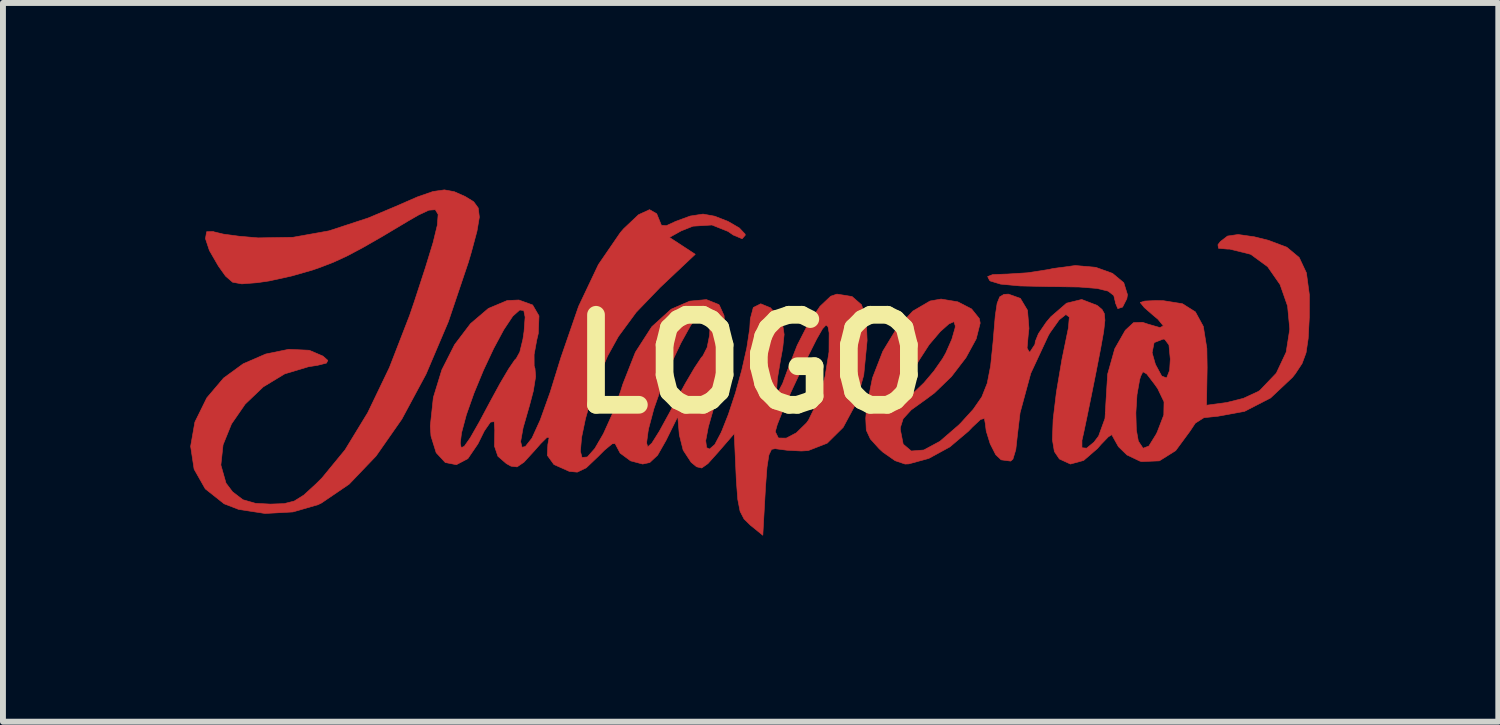
<source format=kicad_pcb>
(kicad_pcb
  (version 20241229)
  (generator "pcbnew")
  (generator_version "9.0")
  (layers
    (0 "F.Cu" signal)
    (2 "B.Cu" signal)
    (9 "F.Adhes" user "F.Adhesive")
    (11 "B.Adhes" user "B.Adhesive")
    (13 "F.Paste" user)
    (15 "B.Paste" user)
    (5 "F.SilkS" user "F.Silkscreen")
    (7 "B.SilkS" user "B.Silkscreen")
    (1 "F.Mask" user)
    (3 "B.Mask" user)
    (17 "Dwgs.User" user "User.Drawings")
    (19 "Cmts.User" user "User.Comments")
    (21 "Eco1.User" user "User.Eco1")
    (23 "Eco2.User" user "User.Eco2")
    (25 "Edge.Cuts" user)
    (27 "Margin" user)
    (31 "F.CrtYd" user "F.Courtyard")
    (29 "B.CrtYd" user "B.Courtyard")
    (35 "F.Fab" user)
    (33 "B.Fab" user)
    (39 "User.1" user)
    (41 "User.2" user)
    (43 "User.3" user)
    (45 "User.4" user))
  (footprint "LOGO"
    (layer "F.Cu")
    (at 9.655 3.115)
    (property "Reference" "LOGO" (at 0 0 0) (layer "F.SilkS") (effects (font (size 1.524 1.524) (thickness 0.3))))
    (attr through_hole)
    (fp_poly (pts (xy 5.851 -1.638) (xy 6.134 -1.536) (xy 6.324 -1.378) (xy 6.387 -1.175) (xy 6.376 -1.107) (xy 6.304 -0.965) (xy 6.223 -0.939) (xy 6.181 -1.041) (xy 6.181 -1.053) (xy 6.155 -1.161) (xy 6.06 -1.235) (xy 5.872 -1.281) (xy 5.567 -1.305) (xy 5.119 -1.312) (xy 5.063 -1.312) (xy 4.569 -1.323) (xy 4.238 -1.354) (xy 4.066 -1.406) (xy 4.051 -1.418) (xy 4.019 -1.482) (xy 4.103 -1.515) (xy 4.33 -1.524) (xy 4.348 -1.524) (xy 4.694 -1.546) (xy 5.049 -1.601) (xy 5.126 -1.618) (xy 5.504 -1.669) (xy 5.851 -1.638)) (stroke (width 0.01) (type solid)) (fill yes) (layer "F.Cu"))
    (fp_poly (pts (xy -5.012 -2.919) (xy -4.827 -2.837) (xy -4.822 -2.834) (xy -4.684 -2.749) (xy -4.607 -2.644) (xy -4.588 -2.489) (xy -4.628 -2.251) (xy -4.723 -1.897) (xy -4.774 -1.724) (xy -5.113 -0.718) (xy -5.491 0.171) (xy -5.901 0.933) (xy -6.337 1.557) (xy -6.793 2.034) (xy -7.262 2.353) (xy -7.322 2.382) (xy -7.745 2.504) (xy -8.216 2.53) (xy -8.664 2.461) (xy -8.91 2.366) (xy -9.229 2.113) (xy -9.418 1.78) (xy -9.477 1.393) (xy -9.405 0.982) (xy -9.203 0.572) (xy -8.919 0.237) (xy -8.587 -0.005) (xy -8.204 -0.171) (xy -7.816 -0.25) (xy -7.468 -0.234) (xy -7.236 -0.135) (xy -7.154 -0.062) (xy -7.176 -0.017) (xy -7.327 0.021) (xy -7.481 0.045) (xy -7.884 0.166) (xy -8.247 0.386) (xy -8.553 0.678) (xy -8.785 1.014) (xy -8.928 1.367) (xy -8.965 1.71) (xy -8.878 2.016) (xy -8.767 2.163) (xy -8.592 2.297) (xy -8.378 2.358) (xy -8.126 2.371) (xy -7.894 2.363) (xy -7.723 2.32) (xy -7.56 2.218) (xy -7.354 2.029) (xy -7.251 1.926) (xy -6.861 1.451) (xy -6.478 0.823) (xy -6.111 0.059) (xy -5.768 -0.826) (xy -5.689 -1.058) (xy -5.502 -1.631) (xy -5.371 -2.058) (xy -5.299 -2.355) (xy -5.286 -2.535) (xy -5.334 -2.614) (xy -5.443 -2.606) (xy -5.616 -2.525) (xy -5.8 -2.419) (xy -6.242 -2.155) (xy -6.576 -1.964) (xy -6.837 -1.826) (xy -7.062 -1.723) (xy -7.285 -1.637) (xy -7.408 -1.594) (xy -7.768 -1.491) (xy -8.145 -1.408) (xy -8.35 -1.378) (xy -8.61 -1.358) (xy -8.766 -1.386) (xy -8.885 -1.489) (xy -9.007 -1.66) (xy -9.159 -1.923) (xy -9.226 -2.125) (xy -9.206 -2.241) (xy -9.094 -2.245) (xy -9.081 -2.239) (xy -8.924 -2.201) (xy -8.657 -2.165) (xy -8.335 -2.137) (xy -8.333 -2.137) (xy -7.744 -2.147) (xy -7.135 -2.256) (xy -6.47 -2.474) (xy -6.007 -2.669) (xy -5.636 -2.831) (xy -5.374 -2.922) (xy -5.18 -2.95) (xy -5.012 -2.919)) (stroke (width 0.01) (type solid)) (fill yes) (layer "F.Cu"))
    (fp_poly (pts (xy 8.536 -2.155) (xy 8.776 -2.095) (xy 9.086 -1.978) (xy 9.295 -1.804) (xy 9.417 -1.544) (xy 9.467 -1.171) (xy 9.466 -0.791) (xy 9.447 -0.433) (xy 9.411 -0.191) (xy 9.344 -0.01) (xy 9.23 0.163) (xy 9.181 0.225) (xy 8.81 0.574) (xy 8.369 0.801) (xy 7.921 0.883) (xy 7.681 0.908) (xy 7.536 1) (xy 7.443 1.14) (xy 7.203 1.466) (xy 6.927 1.639) (xy 6.628 1.651) (xy 6.596 1.643) (xy 6.378 1.539) (xy 6.232 1.397) (xy 6.232 1.396) (xy 6.151 1.251) (xy 6.121 1.196) (xy 6.062 1.233) (xy 5.935 1.365) (xy 5.88 1.429) (xy 5.645 1.632) (xy 5.421 1.693) (xy 5.234 1.607) (xy 5.149 1.481) (xy 5.116 1.281) (xy 5.128 0.939) (xy 5.183 0.479) (xy 5.277 -0.079) (xy 5.387 -0.614) (xy 5.402 -0.796) (xy 5.344 -0.839) (xy 5.231 -0.75) (xy 5.078 -0.535) (xy 5.049 -0.487) (xy 4.749 0.157) (xy 4.568 0.825) (xy 4.525 1.185) (xy 4.496 1.448) (xy 4.447 1.61) (xy 4.409 1.643) (xy 4.258 1.623) (xy 4.247 1.621) (xy 4.156 1.535) (xy 4.062 1.35) (xy 3.995 1.134) (xy 3.979 1.006) (xy 3.964 0.921) (xy 3.899 0.938) (xy 3.76 1.068) (xy 3.695 1.136) (xy 3.379 1.403) (xy 3.022 1.598) (xy 2.685 1.69) (xy 2.621 1.693) (xy 2.452 1.636) (xy 2.246 1.492) (xy 2.183 1.434) (xy 2.033 1.268) (xy 1.964 1.119) (xy 1.955 0.917) (xy 1.972 0.721) (xy 2.014 0.508) (xy 2.625 0.508) (xy 2.67 0.541) (xy 2.785 0.467) (xy 2.941 0.317) (xy 3.108 0.12) (xy 3.256 -0.092) (xy 3.31 -0.187) (xy 3.413 -0.421) (xy 3.468 -0.613) (xy 3.471 -0.647) (xy 3.448 -0.718) (xy 3.363 -0.68) (xy 3.217 -0.55) (xy 3.028 -0.328) (xy 2.846 -0.046) (xy 2.702 0.238) (xy 2.628 0.466) (xy 2.625 0.508) (xy 2.014 0.508) (xy 2.069 0.234) (xy 2.244 -0.217) (xy 2.479 -0.604) (xy 2.752 -0.897) (xy 3.044 -1.068) (xy 3.23 -1.101) (xy 3.514 -1.054) (xy 3.747 -0.934) (xy 3.879 -0.77) (xy 3.893 -0.694) (xy 3.825 -0.426) (xy 3.652 -0.109) (xy 3.406 0.212) (xy 3.119 0.489) (xy 2.985 0.589) (xy 2.725 0.776) (xy 2.588 0.926) (xy 2.541 1.075) (xy 2.54 1.107) (xy 2.589 1.356) (xy 2.726 1.472) (xy 2.938 1.455) (xy 3.211 1.308) (xy 3.531 1.031) (xy 3.563 0.999) (xy 3.776 0.765) (xy 3.92 0.557) (xy 4.012 0.326) (xy 4.07 0.028) (xy 4.112 -0.385) (xy 4.119 -0.471) (xy 4.148 -0.818) (xy 4.18 -1.03) (xy 4.224 -1.139) (xy 4.294 -1.18) (xy 4.37 -1.185) (xy 4.573 -1.113) (xy 4.694 -0.911) (xy 4.719 -0.604) (xy 4.706 -0.49) (xy 4.687 -0.271) (xy 4.724 -0.204) (xy 4.739 -0.21) (xy 4.82 -0.334) (xy 4.826 -0.383) (xy 4.879 -0.514) (xy 5.011 -0.708) (xy 5.089 -0.801) (xy 5.355 -1.031) (xy 5.612 -1.094) (xy 5.87 -0.995) (xy 5.889 -0.981) (xy 5.956 -0.925) (xy 5.995 -0.855) (xy 6.005 -0.741) (xy 5.984 -0.551) (xy 5.931 -0.255) (xy 5.854 0.141) (xy 5.773 0.545) (xy 5.701 0.897) (xy 5.646 1.159) (xy 5.616 1.291) (xy 5.616 1.417) (xy 5.696 1.424) (xy 5.82 1.322) (xy 5.898 1.219) (xy 6.006 0.922) (xy 6.012 0.825) (xy 6.529 0.825) (xy 6.537 1.114) (xy 6.571 1.305) (xy 6.651 1.425) (xy 6.749 1.388) (xy 6.871 1.191) (xy 6.891 1.151) (xy 7.002 0.862) (xy 7.006 0.639) (xy 6.898 0.414) (xy 6.837 0.329) (xy 6.712 0.166) (xy 6.648 0.13) (xy 6.608 0.211) (xy 6.592 0.269) (xy 6.548 0.519) (xy 6.529 0.825) (xy 6.012 0.825) (xy 6.023 0.628) (xy 6.051 0.17) (xy 6.153 -0.192) (xy 6.804 -0.192) (xy 6.86 0.005) (xy 6.967 0.203) (xy 7.05 0.235) (xy 7.101 0.105) (xy 7.112 -0.085) (xy 7.089 -0.324) (xy 7.017 -0.42) (xy 6.99 -0.423) (xy 6.838 -0.363) (xy 6.804 -0.192) (xy 6.153 -0.192) (xy 6.171 -0.258) (xy 6.35 -0.572) (xy 6.49 -0.702) (xy 6.643 -0.707) (xy 6.736 -0.676) (xy 6.937 -0.618) (xy 6.994 -0.647) (xy 6.904 -0.758) (xy 6.82 -0.828) (xy 6.672 -0.957) (xy 6.604 -1.041) (xy 6.604 -1.043) (xy 6.68 -1.067) (xy 6.872 -1.076) (xy 6.997 -1.073) (xy 7.317 -1.022) (xy 7.537 -0.884) (xy 7.671 -0.638) (xy 7.731 -0.264) (xy 7.736 0.059) (xy 7.725 0.697) (xy 8.068 0.651) (xy 8.35 0.58) (xy 8.599 0.465) (xy 8.629 0.445) (xy 8.907 0.154) (xy 9.074 -0.201) (xy 9.135 -0.591) (xy 9.098 -0.983) (xy 8.971 -1.346) (xy 8.76 -1.649) (xy 8.473 -1.859) (xy 8.117 -1.947) (xy 8.08 -1.947) (xy 7.928 -1.961) (xy 7.919 -2.021) (xy 7.959 -2.074) (xy 8.081 -2.168) (xy 8.261 -2.194) (xy 8.536 -2.155)) (stroke (width 0.01) (type solid)) (fill yes) (layer "F.Cu"))
    (fp_poly (pts (xy -1.585 -2.546) (xy -1.549 -2.458) (xy -1.505 -2.35) (xy -1.42 -2.344) (xy -1.265 -2.416) (xy -1.017 -2.507) (xy -0.8 -2.54) (xy -0.602 -2.504) (xy -0.377 -2.416) (xy -0.186 -2.305) (xy -0.088 -2.201) (xy -0.085 -2.183) (xy -0.138 -2.122) (xy -0.29 -2.186) (xy -0.376 -2.246) (xy -0.649 -2.355) (xy -0.97 -2.335) (xy -1.171 -2.255) (xy -1.369 -2.145) (xy -1.15 -2.002) (xy -0.932 -1.859) (xy -1.525 -1.3) (xy -1.932 -0.877) (xy -2.235 -0.465) (xy -2.416 -0.137) (xy -2.56 0.196) (xy -2.689 0.563) (xy -2.791 0.925) (xy -2.857 1.242) (xy -2.877 1.476) (xy -2.85 1.581) (xy -2.759 1.573) (xy -2.633 1.43) (xy -2.577 1.334) (xy -1.756 1.334) (xy -1.737 1.402) (xy -1.667 1.339) (xy -1.541 1.139) (xy -1.352 0.794) (xy -1.275 0.648) (xy -1.103 0.333) (xy -0.946 0.066) (xy -0.83 -0.109) (xy -0.802 -0.141) (xy -0.731 -0.281) (xy -0.689 -0.49) (xy -0.679 -0.708) (xy -0.705 -0.875) (xy -0.76 -0.931) (xy -0.867 -0.856) (xy -1.01 -0.654) (xy -1.174 -0.358) (xy -1.343 -0.002) (xy -1.501 0.38) (xy -1.632 0.755) (xy -1.721 1.089) (xy -1.731 1.143) (xy -1.756 1.334) (xy -2.577 1.334) (xy -2.487 1.179) (xy -2.337 0.847) (xy -2.196 0.46) (xy -2.158 0.339) (xy -1.946 -0.2) (xy -1.669 -0.631) (xy -1.345 -0.925) (xy -1.33 -0.934) (xy -1.025 -1.066) (xy -0.743 -1.092) (xy -0.535 -1.009) (xy -0.525 -0.999) (xy -0.444 -0.82) (xy -0.43 -0.563) (xy -0.484 -0.308) (xy -0.512 -0.247) (xy -0.553 -0.035) (xy -0.524 0.054) (xy -0.502 0.238) (xy -0.564 0.557) (xy -0.605 0.695) (xy -0.711 1.065) (xy -0.755 1.298) (xy -0.74 1.415) (xy -0.69 1.439) (xy -0.601 1.362) (xy -0.491 1.154) (xy -0.487 1.145) (xy 0.423 1.145) (xy 0.476 1.252) (xy 0.609 1.254) (xy 0.78 1.164) (xy 0.951 0.997) (xy 0.987 0.947) (xy 1.143 0.627) (xy 1.265 0.216) (xy 1.333 -0.206) (xy 1.335 -0.527) (xy 1.316 -0.633) (xy 1.283 -0.661) (xy 1.223 -0.597) (xy 1.123 -0.422) (xy 0.971 -0.119) (xy 0.863 0.102) (xy 0.691 0.469) (xy 0.55 0.789) (xy 0.456 1.027) (xy 0.423 1.145) (xy -0.487 1.145) (xy -0.371 0.851) (xy -0.251 0.488) (xy -0.144 0.101) (xy -0.059 -0.275) (xy -0.009 -0.605) (xy 0 -0.766) (xy 0.051 -0.958) (xy 0.177 -1.021) (xy 0.342 -0.953) (xy 0.474 -0.803) (xy 0.549 -0.66) (xy 0.573 -0.502) (xy 0.549 -0.272) (xy 0.513 -0.075) (xy 0.458 0.251) (xy 0.447 0.431) (xy 0.478 0.459) (xy 0.547 0.33) (xy 0.627 0.111) (xy 0.795 -0.319) (xy 0.986 -0.692) (xy 1.181 -0.978) (xy 1.362 -1.149) (xy 1.467 -1.185) (xy 1.723 -1.144) (xy 1.884 -1.004) (xy 1.964 -0.745) (xy 1.978 -0.397) (xy 1.921 0.187) (xy 1.782 0.683) (xy 1.572 1.073) (xy 1.302 1.34) (xy 0.981 1.465) (xy 0.864 1.472) (xy 0.621 1.459) (xy 0.438 1.435) (xy 0.423 1.432) (xy 0.36 1.444) (xy 0.315 1.539) (xy 0.283 1.745) (xy 0.257 2.089) (xy 0.254 2.148) (xy 0.212 2.899) (xy 0.001 2.728) (xy -0.106 2.623) (xy -0.173 2.493) (xy -0.212 2.293) (xy -0.236 1.98) (xy -0.241 1.867) (xy -0.272 1.178) (xy -0.55 1.499) (xy -0.718 1.686) (xy -0.823 1.76) (xy -0.91 1.739) (xy -1.002 1.663) (xy -1.137 1.457) (xy -1.202 1.198) (xy -1.228 0.889) (xy -1.426 1.291) (xy -1.57 1.544) (xy -1.702 1.667) (xy -1.822 1.693) (xy -2.027 1.639) (xy -2.204 1.508) (xy -2.286 1.353) (xy -2.286 1.343) (xy -2.337 1.349) (xy -2.467 1.456) (xy -2.578 1.567) (xy -2.778 1.757) (xy -2.93 1.83) (xy -3.065 1.817) (xy -3.325 1.701) (xy -3.437 1.546) (xy -3.428 1.361) (xy -3.407 1.248) (xy -3.441 1.24) (xy -3.549 1.347) (xy -3.659 1.472) (xy -3.833 1.662) (xy -3.949 1.741) (xy -4.052 1.729) (xy -4.131 1.685) (xy -4.274 1.561) (xy -4.332 1.39) (xy -4.327 1.114) (xy -4.337 0.974) (xy -4.4 0.983) (xy -4.504 1.133) (xy -4.612 1.351) (xy -4.783 1.602) (xy -4.977 1.704) (xy -5.165 1.667) (xy -5.319 1.501) (xy -5.37 1.338) (xy -4.911 1.338) (xy -4.895 1.417) (xy -4.842 1.391) (xy -4.742 1.249) (xy -4.587 0.977) (xy -4.405 0.636) (xy -4.238 0.329) (xy -4.092 0.082) (xy -3.989 -0.069) (xy -3.963 -0.095) (xy -3.903 -0.204) (xy -3.85 -0.422) (xy -3.831 -0.551) (xy -3.813 -0.796) (xy -3.836 -0.907) (xy -3.904 -0.916) (xy -4.022 -0.811) (xy -4.175 -0.581) (xy -4.346 -0.263) (xy -4.52 0.108) (xy -4.679 0.493) (xy -4.808 0.858) (xy -4.89 1.165) (xy -4.911 1.338) (xy -5.37 1.338) (xy -5.407 1.219) (xy -5.419 1.05) (xy -5.367 0.566) (xy -5.223 0.097) (xy -5.007 -0.329) (xy -4.738 -0.684) (xy -4.435 -0.942) (xy -4.117 -1.076) (xy -3.919 -1.085) (xy -3.686 -1.001) (xy -3.578 -0.816) (xy -3.59 -0.518) (xy -3.616 -0.408) (xy -3.661 -0.16) (xy -3.66 0.031) (xy -3.646 0.072) (xy -3.635 0.212) (xy -3.674 0.456) (xy -3.737 0.695) (xy -3.847 1.078) (xy -3.889 1.313) (xy -3.865 1.409) (xy -3.809 1.396) (xy -3.697 1.254) (xy -3.557 0.947) (xy -3.388 0.475) (xy -3.207 -0.11) (xy -2.907 -0.979) (xy -2.572 -1.685) (xy -2.201 -2.226) (xy -2.147 -2.289) (xy -1.893 -2.529) (xy -1.706 -2.615) (xy -1.585 -2.546)) (stroke (width 0.01) (type solid)) (fill yes) (layer "F.Cu"))
    (fp_poly (pts (xy -4.794 -3.029) (xy -4.678 -2.964) (xy -4.475 -2.797) (xy -4.404 -2.603) (xy -4.403 -2.562) (xy -4.427 -2.365) (xy -4.492 -2.063) (xy -4.582 -1.712) (xy -4.682 -1.37) (xy -4.779 -1.09) (xy -4.786 -1.074) (xy -4.812 -0.984) (xy -4.764 -0.981) (xy -4.61 -1.066) (xy -4.562 -1.095) (xy -4.244 -1.228) (xy -3.921 -1.265) (xy -3.647 -1.203) (xy -3.527 -1.115) (xy -3.407 -0.875) (xy -3.406 -0.541) (xy -3.465 -0.275) (xy -3.501 -0.091) (xy -3.486 -0.002) (xy -3.479 0) (xy -3.425 -0.075) (xy -3.347 -0.27) (xy -3.329 -0.329) (xy -1.016 -0.329) (xy -0.964 -0.283) (xy -0.931 -0.296) (xy -0.85 -0.408) (xy -0.847 -0.433) (xy -0.899 -0.479) (xy -0.931 -0.466) (xy -1.013 -0.354) (xy -1.016 -0.329) (xy -3.329 -0.329) (xy -3.271 -0.515) (xy -3.104 -1.008) (xy -2.886 -1.489) (xy -2.635 -1.931) (xy -2.37 -2.308) (xy -2.108 -2.594) (xy -1.867 -2.761) (xy -1.73 -2.794) (xy -1.557 -2.764) (xy -1.487 -2.717) (xy -1.383 -2.682) (xy -1.165 -2.671) (xy -0.952 -2.68) (xy -0.54 -2.669) (xy -0.213 -2.571) (xy 0.004 -2.399) (xy 0.085 -2.167) (xy 0.085 -2.16) (xy 0.03 -1.99) (xy -0.134 -1.95) (xy -0.404 -2.038) (xy -0.477 -2.074) (xy -0.707 -2.171) (xy -0.873 -2.2) (xy -0.931 -2.158) (xy -0.892 -2.06) (xy -0.826 -1.945) (xy -0.78 -1.839) (xy -0.809 -1.733) (xy -0.932 -1.591) (xy -1.101 -1.434) (xy -1.268 -1.273) (xy -1.338 -1.183) (xy -1.297 -1.181) (xy -0.937 -1.284) (xy -0.633 -1.242) (xy -0.406 -1.079) (xy -0.277 -0.814) (xy -0.268 -0.471) (xy -0.337 -0.217) (xy -0.374 -0.055) (xy -0.342 0) (xy -0.291 -0.053) (xy -0.244 -0.223) (xy -0.196 -0.529) (xy -0.149 -0.931) (xy -0.096 -1.088) (xy 0.052 -1.157) (xy 0.138 -1.169) (xy 0.363 -1.15) (xy 0.542 -1.018) (xy 0.594 -0.957) (xy 0.733 -0.819) (xy 0.815 -0.809) (xy 0.821 -0.821) (xy 0.995 -1.117) (xy 1.238 -1.297) (xy 1.511 -1.359) (xy 1.778 -1.301) (xy 1.999 -1.121) (xy 2.112 -0.902) (xy 2.206 -0.618) (xy 2.533 -0.944) (xy 2.752 -1.142) (xy 2.94 -1.239) (xy 3.166 -1.269) (xy 3.231 -1.27) (xy 3.509 -1.24) (xy 3.744 -1.166) (xy 3.791 -1.138) (xy 3.929 -1.058) (xy 3.933 -1.061) (xy 4.862 -1.061) (xy 4.868 -1.016) (xy 4.941 -0.935) (xy 4.953 -0.931) (xy 5.02 -0.99) (xy 5.038 -1.016) (xy 5.018 -1.088) (xy 4.953 -1.101) (xy 4.862 -1.061) (xy 3.933 -1.061) (xy 3.977 -1.089) (xy 3.979 -1.121) (xy 3.924 -1.281) (xy 3.883 -1.332) (xy 3.809 -1.482) (xy 3.882 -1.606) (xy 4.079 -1.682) (xy 4.229 -1.693) (xy 4.494 -1.708) (xy 4.843 -1.747) (xy 5.153 -1.793) (xy 5.648 -1.836) (xy 6.05 -1.782) (xy 6.339 -1.636) (xy 6.476 -1.458) (xy 6.553 -1.344) (xy 6.686 -1.288) (xy 6.925 -1.27) (xy 6.998 -1.27) (xy 7.276 -1.257) (xy 7.455 -1.198) (xy 7.605 -1.068) (xy 7.651 -1.014) (xy 7.871 -0.623) (xy 7.953 -0.145) (xy 7.934 0.182) (xy 7.911 0.397) (xy 7.938 0.485) (xy 8.041 0.484) (xy 8.114 0.467) (xy 8.5 0.295) (xy 8.779 0.012) (xy 8.938 -0.351) (xy 8.964 -0.764) (xy 8.845 -1.196) (xy 8.833 -1.222) (xy 8.62 -1.498) (xy 8.312 -1.698) (xy 7.976 -1.778) (xy 7.964 -1.778) (xy 7.788 -1.837) (xy 7.73 -1.983) (xy 7.806 -2.17) (xy 7.835 -2.204) (xy 8.054 -2.331) (xy 8.36 -2.365) (xy 8.706 -2.316) (xy 9.046 -2.194) (xy 9.33 -2.009) (xy 9.461 -1.863) (xy 9.587 -1.565) (xy 9.654 -1.164) (xy 9.661 -0.716) (xy 9.608 -0.275) (xy 9.494 0.101) (xy 9.477 0.138) (xy 9.221 0.495) (xy 8.848 0.794) (xy 8.41 1.002) (xy 8.141 1.067) (xy 7.87 1.132) (xy 7.647 1.261) (xy 7.403 1.493) (xy 7.402 1.494) (xy 7.176 1.714) (xy 6.993 1.826) (xy 6.797 1.862) (xy 6.758 1.863) (xy 6.47 1.811) (xy 6.245 1.696) (xy 6.094 1.586) (xy 6.001 1.582) (xy 5.893 1.684) (xy 5.882 1.696) (xy 5.657 1.832) (xy 5.379 1.855) (xy 5.122 1.766) (xy 5.038 1.694) (xy 4.959 1.579) (xy 4.921 1.428) (xy 4.918 1.193) (xy 4.938 0.902) (xy 4.946 0.826) (xy 6.69 0.826) (xy 6.703 0.973) (xy 6.746 0.969) (xy 6.773 0.931) (xy 6.846 0.764) (xy 6.857 0.699) (xy 6.805 0.6) (xy 6.773 0.593) (xy 6.712 0.666) (xy 6.69 0.826) (xy 4.946 0.826) (xy 4.972 0.573) (xy 5.01 0.295) (xy 5.046 0.124) (xy 5.048 0.118) (xy 5.068 0.015) (xy 5.017 0.042) (xy 4.934 0.188) (xy 4.842 0.445) (xy 4.755 0.758) (xy 4.69 1.07) (xy 4.659 1.327) (xy 4.66 1.387) (xy 4.667 1.658) (xy 4.64 1.8) (xy 4.562 1.855) (xy 4.464 1.863) (xy 4.242 1.813) (xy 4.037 1.692) (xy 3.91 1.542) (xy 3.895 1.477) (xy 3.843 1.367) (xy 3.736 1.381) (xy 3.682 1.441) (xy 3.538 1.567) (xy 3.291 1.696) (xy 3.004 1.803) (xy 2.74 1.859) (xy 2.677 1.863) (xy 2.434 1.812) (xy 2.184 1.686) (xy 1.978 1.519) (xy 1.869 1.348) (xy 1.863 1.305) (xy 1.816 1.197) (xy 1.723 1.215) (xy 1.668 1.299) (xy 1.539 1.441) (xy 1.302 1.566) (xy 1.018 1.65) (xy 0.749 1.67) (xy 0.703 1.665) (xy 0.413 1.618) (xy 0.431 2.236) (xy 0.426 2.662) (xy 0.377 2.931) (xy 0.277 3.05) (xy 0.118 3.029) (xy -0.107 2.874) (xy -0.133 2.853) (xy -0.287 2.675) (xy -0.371 2.44) (xy -0.403 2.218) (xy -0.45 1.918) (xy -0.518 1.786) (xy -0.606 1.821) (xy -0.635 1.863) (xy -0.771 1.943) (xy -0.972 1.904) (xy -1.185 1.76) (xy -1.344 1.646) (xy -1.42 1.677) (xy -1.42 1.677) (xy -1.553 1.842) (xy -1.785 1.893) (xy -2.081 1.823) (xy -2.291 1.747) (xy -2.43 1.752) (xy -2.578 1.845) (xy -2.61 1.869) (xy -2.829 1.991) (xy -3.077 1.997) (xy -3.13 1.988) (xy -3.363 1.926) (xy -3.529 1.849) (xy -3.538 1.842) (xy -3.673 1.8) (xy -3.746 1.849) (xy -3.942 1.942) (xy -4.171 1.876) (xy -4.3 1.776) (xy -4.484 1.605) (xy -4.655 1.776) (xy -4.824 1.91) (xy -4.989 1.932) (xy -5.206 1.842) (xy -5.308 1.782) (xy -5.494 1.635) (xy -5.581 1.448) (xy -5.604 1.27) (xy -5.613 1.147) (xy 2.707 1.147) (xy 2.766 1.298) (xy 2.81 1.34) (xy 2.858 1.337) (xy 2.96 1.271) (xy 3.104 1.164) (xy 3.442 0.866) (xy 3.703 0.539) (xy 3.851 0.231) (xy 3.858 0.206) (xy 3.886 0.069) (xy 3.869 0.035) (xy 3.784 0.112) (xy 3.618 0.299) (xy 3.38 0.535) (xy 3.12 0.74) (xy 3.015 0.805) (xy 2.793 0.972) (xy 2.707 1.147) (xy -5.613 1.147) (xy -5.62 1.058) (xy -2.622 1.058) (xy -2.575 0.953) (xy 0.683 0.953) (xy 0.701 1.024) (xy 0.772 0.957) (xy 0.88 0.77) (xy 0.934 0.656) (xy 1.031 0.413) (xy 1.087 0.219) (xy 1.092 0.169) (xy 1.059 0.179) (xy 0.98 0.299) (xy 0.88 0.482) (xy 0.781 0.685) (xy 0.707 0.861) (xy 0.683 0.953) (xy -2.575 0.953) (xy -2.508 0.804) (xy -2.406 0.533) (xy -2.34 0.296) (xy -2.285 0.042) (xy -2.403 0.254) (xy -2.501 0.491) (xy -2.571 0.762) (xy -2.622 1.058) (xy -5.62 1.058) (xy -5.63 0.923) (xy -6.007 1.441) (xy -6.444 1.971) (xy -6.884 2.348) (xy -7.35 2.585) (xy -7.866 2.696) (xy -8.148 2.709) (xy -8.674 2.655) (xy -9.086 2.486) (xy -9.404 2.195) (xy -9.461 2.117) (xy -9.625 1.737) (xy -9.65 1.312) (xy -9.55 0.875) (xy -9.337 0.455) (xy -9.025 0.085) (xy -8.627 -0.206) (xy -8.448 -0.292) (xy -8.113 -0.389) (xy -7.751 -0.425) (xy -7.415 -0.403) (xy -7.159 -0.323) (xy -7.075 -0.26) (xy -6.951 -0.051) (xy -6.986 0.112) (xy -7.17 0.21) (xy -7.314 0.23) (xy -7.766 0.334) (xy -8.175 0.574) (xy -8.507 0.917) (xy -8.723 1.331) (xy -8.775 1.537) (xy -8.757 1.837) (xy -8.614 2.055) (xy -8.377 2.178) (xy -8.075 2.193) (xy -7.739 2.087) (xy -7.644 2.034) (xy -7.33 1.768) (xy -7.002 1.348) (xy -6.67 0.791) (xy -6.34 0.112) (xy -6.157 -0.339) (xy -4.149 -0.339) (xy -4.12 -0.256) (xy -4.111 -0.254) (xy -4.039 -0.313) (xy -4.022 -0.339) (xy -4.028 -0.417) (xy -4.059 -0.423) (xy -4.145 -0.362) (xy -4.149 -0.339) (xy -6.157 -0.339) (xy -6.022 -0.674) (xy -5.845 -1.175) (xy -5.716 -1.57) (xy -5.609 -1.909) (xy -5.535 -2.16) (xy -5.504 -2.288) (xy -5.503 -2.293) (xy -5.564 -2.312) (xy -5.716 -2.245) (xy -5.779 -2.206) (xy -6.409 -1.836) (xy -7.057 -1.536) (xy -7.685 -1.32) (xy -8.254 -1.203) (xy -8.522 -1.185) (xy -8.777 -1.207) (xy -8.948 -1.299) (xy -9.087 -1.461) (xy -9.303 -1.77) (xy -9.416 -1.991) (xy -9.439 -2.16) (xy -9.393 -2.294) (xy -9.281 -2.42) (xy -9.105 -2.423) (xy -9.073 -2.416) (xy -8.419 -2.311) (xy -7.755 -2.33) (xy -7.053 -2.476) (xy -6.285 -2.753) (xy -6.091 -2.839) (xy -5.653 -3.019) (xy -5.317 -3.108) (xy -5.043 -3.11) (xy -4.794 -3.029)) (stroke (width 0.01) (type solid)) (fill yes) (layer "F.Mask")))
  (gr_rect
    (start -3 -3)
    (end 22.321 9.171)
    (stroke (width 0.1) (type default))
    (fill no)
    (layer "Edge.Cuts")))
</source>
